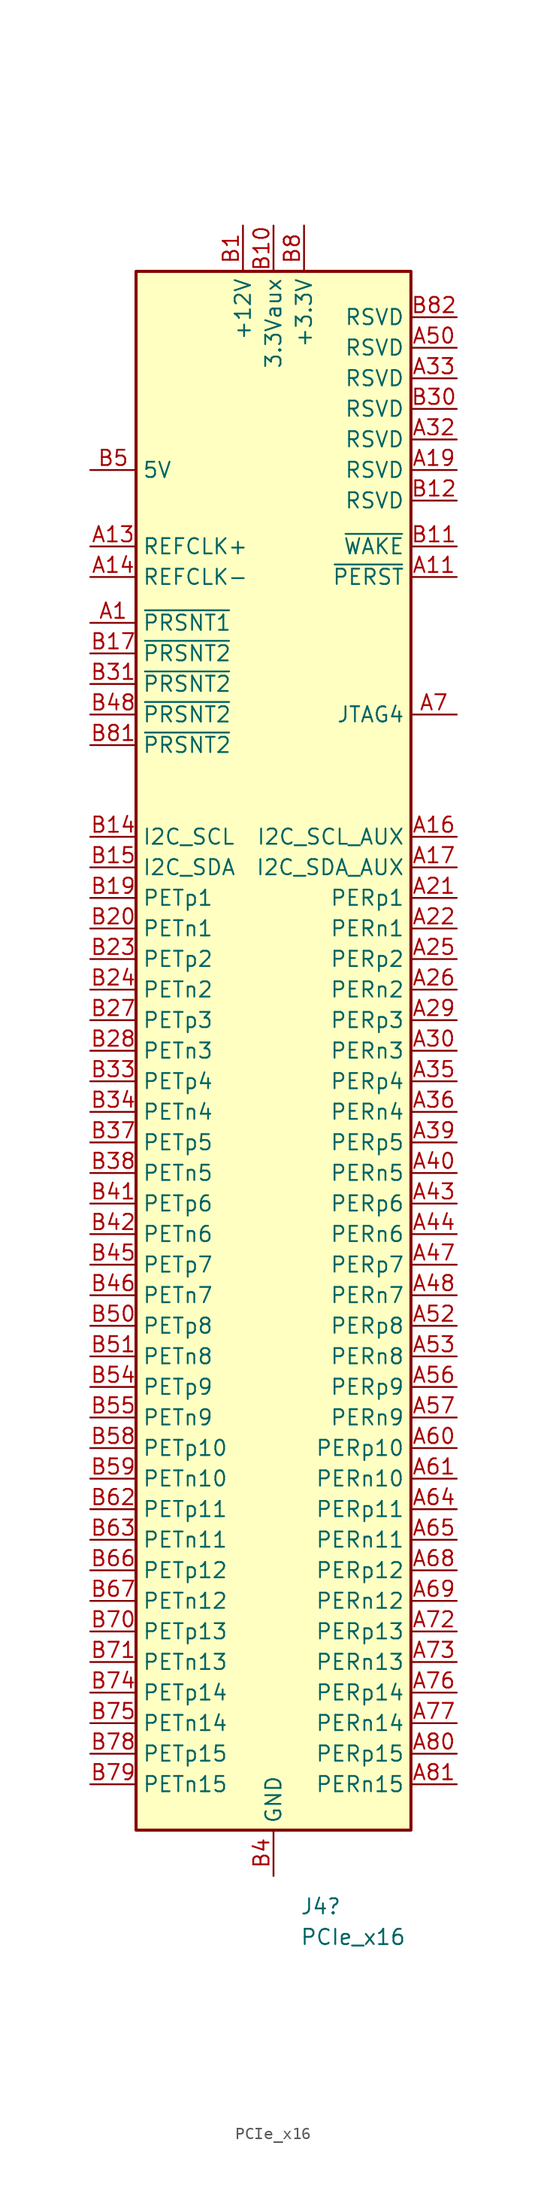
<source format=kicad_sym>
(kicad_symbol_lib
  (version 20220914)
  (generator kicad_symbol_editor)
  (symbol "PCIe_x16"
    (property "Reference" "J4"
      (at 2.194 -67.31 0)
      (effects (font (size 1.27 1.27)) (justify left)))
    (property "Value" "PCIe_x16"
      (at 2.194 -69.85 0)
      (effects (font (size 1.27 1.27)) (justify left)))
    (symbol "PCIe_x16_0_1"
      (rectangle (start -11.43 68.58) (end 11.43 -60.96) (stroke (width 0.254) (type default)) (fill (type background))))
    (symbol "PCIe_x16_1_1"
      (pin passive line (at -15.24 39.37 0) (length 3.81) (name "~{PRSNT1}" (effects (font (size 1.27 1.27)))) (number "A1" (effects (font (size 1.27 1.27)))))
      (pin passive line (at 0 72.39 270) (length 3.81) hide (name "3.3VAux" (effects (font (size 1.27 1.27)))) (number "A10" (effects (font (size 1.27 1.27)))))
      (pin input line (at 15.24 43.18 180) (length 3.81) (name "~{PERST}" (effects (font (size 1.27 1.27)))) (number "A11" (effects (font (size 1.27 1.27)))))
      (pin passive line (at 0 -64.77 90) (length 3.81) hide (name "GND" (effects (font (size 1.27 1.27)))) (number "A12" (effects (font (size 1.27 1.27)))))
      (pin input line (at -15.24 45.72 0) (length 3.81) (name "REFCLK+" (effects (font (size 1.27 1.27)))) (number "A13" (effects (font (size 1.27 1.27)))))
      (pin input line (at -15.24 43.18 0) (length 3.81) (name "REFCLK-" (effects (font (size 1.27 1.27)))) (number "A14" (effects (font (size 1.27 1.27)))))
      (pin passive line (at 0 -64.77 90) (length 3.81) hide (name "GND" (effects (font (size 1.27 1.27)))) (number "A15" (effects (font (size 1.27 1.27)))))
      (pin output line (at 15.24 21.59 180) (length 3.81) (name "I2C_SCL_AUX" (effects (font (size 1.27 1.27)))) (number "A16" (effects (font (size 1.27 1.27)))))
      (pin output line (at 15.24 19.05 180) (length 3.81) (name "I2C_SDA_AUX" (effects (font (size 1.27 1.27)))) (number "A17" (effects (font (size 1.27 1.27)))))
      (pin passive line (at 0 -64.77 90) (length 3.81) hide (name "GND" (effects (font (size 1.27 1.27)))) (number "A18" (effects (font (size 1.27 1.27)))))
      (pin passive line (at 15.24 52.07 180) (length 3.81) (name "RSVD" (effects (font (size 1.27 1.27)))) (number "A19" (effects (font (size 1.27 1.27)))))
      (pin passive line (at -2.54 72.39 270) (length 3.81) hide (name "+12V" (effects (font (size 1.27 1.27)))) (number "A2" (effects (font (size 1.27 1.27)))))
      (pin passive line (at 0 -64.77 90) (length 3.81) hide (name "GND" (effects (font (size 1.27 1.27)))) (number "A20" (effects (font (size 1.27 1.27)))))
      (pin output line (at 15.24 16.51 180) (length 3.81) (name "PERp1" (effects (font (size 1.27 1.27)))) (number "A21" (effects (font (size 1.27 1.27)))))
      (pin output line (at 15.24 13.97 180) (length 3.81) (name "PERn1" (effects (font (size 1.27 1.27)))) (number "A22" (effects (font (size 1.27 1.27)))))
      (pin passive line (at 0 -64.77 90) (length 3.81) hide (name "GND" (effects (font (size 1.27 1.27)))) (number "A23" (effects (font (size 1.27 1.27)))))
      (pin passive line (at 0 -64.77 90) (length 3.81) hide (name "GND" (effects (font (size 1.27 1.27)))) (number "A24" (effects (font (size 1.27 1.27)))))
      (pin output line (at 15.24 11.43 180) (length 3.81) (name "PERp2" (effects (font (size 1.27 1.27)))) (number "A25" (effects (font (size 1.27 1.27)))))
      (pin output line (at 15.24 8.89 180) (length 3.81) (name "PERn2" (effects (font (size 1.27 1.27)))) (number "A26" (effects (font (size 1.27 1.27)))))
      (pin passive line (at 0 -64.77 90) (length 3.81) hide (name "GND" (effects (font (size 1.27 1.27)))) (number "A27" (effects (font (size 1.27 1.27)))))
      (pin passive line (at 0 -64.77 90) (length 3.81) hide (name "GND" (effects (font (size 1.27 1.27)))) (number "A28" (effects (font (size 1.27 1.27)))))
      (pin output line (at 15.24 6.35 180) (length 3.81) (name "PERp3" (effects (font (size 1.27 1.27)))) (number "A29" (effects (font (size 1.27 1.27)))))
      (pin passive line (at -2.54 72.39 270) (length 3.81) hide (name "+12V" (effects (font (size 1.27 1.27)))) (number "A3" (effects (font (size 1.27 1.27)))))
      (pin output line (at 15.24 3.81 180) (length 3.81) (name "PERn3" (effects (font (size 1.27 1.27)))) (number "A30" (effects (font (size 1.27 1.27)))))
      (pin passive line (at 0 -64.77 90) (length 3.81) hide (name "GND" (effects (font (size 1.27 1.27)))) (number "A31" (effects (font (size 1.27 1.27)))))
      (pin passive line (at 15.24 54.61 180) (length 3.81) (name "RSVD" (effects (font (size 1.27 1.27)))) (number "A32" (effects (font (size 1.27 1.27)))))
      (pin passive line (at 15.24 59.69 180) (length 3.81) (name "RSVD" (effects (font (size 1.27 1.27)))) (number "A33" (effects (font (size 1.27 1.27)))))
      (pin passive line (at 0 -64.77 90) (length 3.81) hide (name "GND" (effects (font (size 1.27 1.27)))) (number "A34" (effects (font (size 1.27 1.27)))))
      (pin output line (at 15.24 1.27 180) (length 3.81) (name "PERp4" (effects (font (size 1.27 1.27)))) (number "A35" (effects (font (size 1.27 1.27)))))
      (pin output line (at 15.24 -1.27 180) (length 3.81) (name "PERn4" (effects (font (size 1.27 1.27)))) (number "A36" (effects (font (size 1.27 1.27)))))
      (pin passive line (at 0 -64.77 90) (length 3.81) hide (name "GND" (effects (font (size 1.27 1.27)))) (number "A37" (effects (font (size 1.27 1.27)))))
      (pin passive line (at 0 -64.77 90) (length 3.81) hide (name "GND" (effects (font (size 1.27 1.27)))) (number "A38" (effects (font (size 1.27 1.27)))))
      (pin output line (at 15.24 -3.81 180) (length 3.81) (name "PERp5" (effects (font (size 1.27 1.27)))) (number "A39" (effects (font (size 1.27 1.27)))))
      (pin passive line (at 0 -64.77 90) (length 3.81) hide (name "GND" (effects (font (size 1.27 1.27)))) (number "A4" (effects (font (size 1.27 1.27)))))
      (pin output line (at 15.24 -6.35 180) (length 3.81) (name "PERn5" (effects (font (size 1.27 1.27)))) (number "A40" (effects (font (size 1.27 1.27)))))
      (pin passive line (at 0 -64.77 90) (length 3.81) hide (name "GND" (effects (font (size 1.27 1.27)))) (number "A41" (effects (font (size 1.27 1.27)))))
      (pin passive line (at 0 -64.77 90) (length 3.81) hide (name "GND" (effects (font (size 1.27 1.27)))) (number "A42" (effects (font (size 1.27 1.27)))))
      (pin output line (at 15.24 -8.89 180) (length 3.81) (name "PERp6" (effects (font (size 1.27 1.27)))) (number "A43" (effects (font (size 1.27 1.27)))))
      (pin output line (at 15.24 -11.43 180) (length 3.81) (name "PERn6" (effects (font (size 1.27 1.27)))) (number "A44" (effects (font (size 1.27 1.27)))))
      (pin passive line (at 0 -64.77 90) (length 3.81) hide (name "GND" (effects (font (size 1.27 1.27)))) (number "A45" (effects (font (size 1.27 1.27)))))
      (pin passive line (at 0 -64.77 90) (length 3.81) hide (name "GND" (effects (font (size 1.27 1.27)))) (number "A46" (effects (font (size 1.27 1.27)))))
      (pin output line (at 15.24 -13.97 180) (length 3.81) (name "PERp7" (effects (font (size 1.27 1.27)))) (number "A47" (effects (font (size 1.27 1.27)))))
      (pin output line (at 15.24 -16.51 180) (length 3.81) (name "PERn7" (effects (font (size 1.27 1.27)))) (number "A48" (effects (font (size 1.27 1.27)))))
      (pin passive line (at 0 -64.77 90) (length 3.81) hide (name "GND" (effects (font (size 1.27 1.27)))) (number "A49" (effects (font (size 1.27 1.27)))))
      (pin passive line (at -15.24 52.07 0) (length 3.81) hide (name "5V" (effects (font (size 1.27 1.27)))) (number "A5" (effects (font (size 1.27 1.27)))))
      (pin passive line (at 15.24 62.23 180) (length 3.81) (name "RSVD" (effects (font (size 1.27 1.27)))) (number "A50" (effects (font (size 1.27 1.27)))))
      (pin passive line (at 0 -64.77 90) (length 3.81) hide (name "GND" (effects (font (size 1.27 1.27)))) (number "A51" (effects (font (size 1.27 1.27)))))
      (pin output line (at 15.24 -19.05 180) (length 3.81) (name "PERp8" (effects (font (size 1.27 1.27)))) (number "A52" (effects (font (size 1.27 1.27)))))
      (pin output line (at 15.24 -21.59 180) (length 3.81) (name "PERn8" (effects (font (size 1.27 1.27)))) (number "A53" (effects (font (size 1.27 1.27)))))
      (pin passive line (at 0 -64.77 90) (length 3.81) hide (name "GND" (effects (font (size 1.27 1.27)))) (number "A54" (effects (font (size 1.27 1.27)))))
      (pin passive line (at 0 -64.77 90) (length 3.81) hide (name "GND" (effects (font (size 1.27 1.27)))) (number "A55" (effects (font (size 1.27 1.27)))))
      (pin output line (at 15.24 -24.13 180) (length 3.81) (name "PERp9" (effects (font (size 1.27 1.27)))) (number "A56" (effects (font (size 1.27 1.27)))))
      (pin output line (at 15.24 -26.67 180) (length 3.81) (name "PERn9" (effects (font (size 1.27 1.27)))) (number "A57" (effects (font (size 1.27 1.27)))))
      (pin passive line (at 0 -64.77 90) (length 3.81) hide (name "GND" (effects (font (size 1.27 1.27)))) (number "A58" (effects (font (size 1.27 1.27)))))
      (pin passive line (at 0 -64.77 90) (length 3.81) hide (name "GND" (effects (font (size 1.27 1.27)))) (number "A59" (effects (font (size 1.27 1.27)))))
      (pin passive line (at -15.24 52.07 0) (length 3.81) hide (name "5V" (effects (font (size 1.27 1.27)))) (number "A6" (effects (font (size 1.27 1.27)))))
      (pin output line (at 15.24 -29.21 180) (length 3.81) (name "PERp10" (effects (font (size 1.27 1.27)))) (number "A60" (effects (font (size 1.27 1.27)))))
      (pin output line (at 15.24 -31.75 180) (length 3.81) (name "PERn10" (effects (font (size 1.27 1.27)))) (number "A61" (effects (font (size 1.27 1.27)))))
      (pin passive line (at 0 -64.77 90) (length 3.81) hide (name "GND" (effects (font (size 1.27 1.27)))) (number "A62" (effects (font (size 1.27 1.27)))))
      (pin passive line (at 0 -64.77 90) (length 3.81) hide (name "GND" (effects (font (size 1.27 1.27)))) (number "A63" (effects (font (size 1.27 1.27)))))
      (pin output line (at 15.24 -34.29 180) (length 3.81) (name "PERp11" (effects (font (size 1.27 1.27)))) (number "A64" (effects (font (size 1.27 1.27)))))
      (pin output line (at 15.24 -36.83 180) (length 3.81) (name "PERn11" (effects (font (size 1.27 1.27)))) (number "A65" (effects (font (size 1.27 1.27)))))
      (pin passive line (at 0 -64.77 90) (length 3.81) hide (name "GND" (effects (font (size 1.27 1.27)))) (number "A66" (effects (font (size 1.27 1.27)))))
      (pin passive line (at 0 -64.77 90) (length 3.81) hide (name "GND" (effects (font (size 1.27 1.27)))) (number "A67" (effects (font (size 1.27 1.27)))))
      (pin output line (at 15.24 -39.37 180) (length 3.81) (name "PERp12" (effects (font (size 1.27 1.27)))) (number "A68" (effects (font (size 1.27 1.27)))))
      (pin output line (at 15.24 -41.91 180) (length 3.81) (name "PERn12" (effects (font (size 1.27 1.27)))) (number "A69" (effects (font (size 1.27 1.27)))))
      (pin output line (at 15.24 31.75 180) (length 3.81) (name "JTAG4" (effects (font (size 1.27 1.27)))) (number "A7" (effects (font (size 1.27 1.27)))))
      (pin passive line (at 0 -64.77 90) (length 3.81) hide (name "GND" (effects (font (size 1.27 1.27)))) (number "A70" (effects (font (size 1.27 1.27)))))
      (pin passive line (at 0 -64.77 90) (length 3.81) hide (name "GND" (effects (font (size 1.27 1.27)))) (number "A71" (effects (font (size 1.27 1.27)))))
      (pin output line (at 15.24 -44.45 180) (length 3.81) (name "PERp13" (effects (font (size 1.27 1.27)))) (number "A72" (effects (font (size 1.27 1.27)))))
      (pin output line (at 15.24 -46.99 180) (length 3.81) (name "PERn13" (effects (font (size 1.27 1.27)))) (number "A73" (effects (font (size 1.27 1.27)))))
      (pin passive line (at 0 -64.77 90) (length 3.81) hide (name "GND" (effects (font (size 1.27 1.27)))) (number "A74" (effects (font (size 1.27 1.27)))))
      (pin passive line (at 0 -64.77 90) (length 3.81) hide (name "GND" (effects (font (size 1.27 1.27)))) (number "A75" (effects (font (size 1.27 1.27)))))
      (pin output line (at 15.24 -49.53 180) (length 3.81) (name "PERp14" (effects (font (size 1.27 1.27)))) (number "A76" (effects (font (size 1.27 1.27)))))
      (pin output line (at 15.24 -52.07 180) (length 3.81) (name "PERn14" (effects (font (size 1.27 1.27)))) (number "A77" (effects (font (size 1.27 1.27)))))
      (pin passive line (at 0 -64.77 90) (length 3.81) hide (name "GND" (effects (font (size 1.27 1.27)))) (number "A78" (effects (font (size 1.27 1.27)))))
      (pin passive line (at 0 -64.77 90) (length 3.81) hide (name "GND" (effects (font (size 1.27 1.27)))) (number "A79" (effects (font (size 1.27 1.27)))))
      (pin passive line (at 2.54 72.39 270) (length 3.81) hide (name "3.3V" (effects (font (size 1.27 1.27)))) (number "A8" (effects (font (size 1.27 1.27)))))
      (pin output line (at 15.24 -54.61 180) (length 3.81) (name "PERp15" (effects (font (size 1.27 1.27)))) (number "A80" (effects (font (size 1.27 1.27)))))
      (pin output line (at 15.24 -57.15 180) (length 3.81) (name "PERn15" (effects (font (size 1.27 1.27)))) (number "A81" (effects (font (size 1.27 1.27)))))
      (pin passive line (at 0 -64.77 90) (length 3.81) hide (name "GND" (effects (font (size 1.27 1.27)))) (number "A82" (effects (font (size 1.27 1.27)))))
      (pin passive line (at 2.54 72.39 270) (length 3.81) hide (name "+3.3V" (effects (font (size 1.27 1.27)))) (number "A9" (effects (font (size 1.27 1.27)))))
      (pin power_in line (at -2.54 72.39 270) (length 3.81) (name "+12V" (effects (font (size 1.27 1.27)))) (number "B1" (effects (font (size 1.27 1.27)))))
      (pin power_in line (at 0 72.39 270) (length 3.81) (name "3.3Vaux" (effects (font (size 1.27 1.27)))) (number "B10" (effects (font (size 1.27 1.27)))))
      (pin open_collector line (at 15.24 45.72 180) (length 3.81) (name "~{WAKE}" (effects (font (size 1.27 1.27)))) (number "B11" (effects (font (size 1.27 1.27)))))
      (pin passive line (at 15.24 49.53 180) (length 3.81) (name "RSVD" (effects (font (size 1.27 1.27)))) (number "B12" (effects (font (size 1.27 1.27)))))
      (pin passive line (at 0 -64.77 90) (length 3.81) hide (name "GND" (effects (font (size 1.27 1.27)))) (number "B13" (effects (font (size 1.27 1.27)))))
      (pin input line (at -15.24 21.59 0) (length 3.81) (name "I2C_SCL" (effects (font (size 1.27 1.27)))) (number "B14" (effects (font (size 1.27 1.27)))))
      (pin input line (at -15.24 19.05 0) (length 3.81) (name "I2C_SDA" (effects (font (size 1.27 1.27)))) (number "B15" (effects (font (size 1.27 1.27)))))
      (pin passive line (at 0 -64.77 90) (length 3.81) hide (name "GND" (effects (font (size 1.27 1.27)))) (number "B16" (effects (font (size 1.27 1.27)))))
      (pin passive line (at -15.24 36.83 0) (length 3.81) (name "~{PRSNT2}" (effects (font (size 1.27 1.27)))) (number "B17" (effects (font (size 1.27 1.27)))))
      (pin passive line (at 0 -64.77 90) (length 3.81) hide (name "GND" (effects (font (size 1.27 1.27)))) (number "B18" (effects (font (size 1.27 1.27)))))
      (pin input line (at -15.24 16.51 0) (length 3.81) (name "PETp1" (effects (font (size 1.27 1.27)))) (number "B19" (effects (font (size 1.27 1.27)))))
      (pin passive line (at -2.54 72.39 270) (length 3.81) hide (name "+12V" (effects (font (size 1.27 1.27)))) (number "B2" (effects (font (size 1.27 1.27)))))
      (pin input line (at -15.24 13.97 0) (length 3.81) (name "PETn1" (effects (font (size 1.27 1.27)))) (number "B20" (effects (font (size 1.27 1.27)))))
      (pin passive line (at 0 -64.77 90) (length 3.81) hide (name "GND" (effects (font (size 1.27 1.27)))) (number "B21" (effects (font (size 1.27 1.27)))))
      (pin passive line (at 0 -64.77 90) (length 3.81) hide (name "GND" (effects (font (size 1.27 1.27)))) (number "B22" (effects (font (size 1.27 1.27)))))
      (pin input line (at -15.24 11.43 0) (length 3.81) (name "PETp2" (effects (font (size 1.27 1.27)))) (number "B23" (effects (font (size 1.27 1.27)))))
      (pin input line (at -15.24 8.89 0) (length 3.81) (name "PETn2" (effects (font (size 1.27 1.27)))) (number "B24" (effects (font (size 1.27 1.27)))))
      (pin passive line (at 0 -64.77 90) (length 3.81) hide (name "GND" (effects (font (size 1.27 1.27)))) (number "B25" (effects (font (size 1.27 1.27)))))
      (pin passive line (at 0 -64.77 90) (length 3.81) hide (name "GND" (effects (font (size 1.27 1.27)))) (number "B26" (effects (font (size 1.27 1.27)))))
      (pin input line (at -15.24 6.35 0) (length 3.81) (name "PETp3" (effects (font (size 1.27 1.27)))) (number "B27" (effects (font (size 1.27 1.27)))))
      (pin input line (at -15.24 3.81 0) (length 3.81) (name "PETn3" (effects (font (size 1.27 1.27)))) (number "B28" (effects (font (size 1.27 1.27)))))
      (pin passive line (at 0 -64.77 90) (length 3.81) hide (name "GND" (effects (font (size 1.27 1.27)))) (number "B29" (effects (font (size 1.27 1.27)))))
      (pin passive line (at -2.54 72.39 270) (length 3.81) hide (name "+12V" (effects (font (size 1.27 1.27)))) (number "B3" (effects (font (size 1.27 1.27)))))
      (pin passive line (at 15.24 57.15 180) (length 3.81) (name "RSVD" (effects (font (size 1.27 1.27)))) (number "B30" (effects (font (size 1.27 1.27)))))
      (pin passive line (at -15.24 34.29 0) (length 3.81) (name "~{PRSNT2}" (effects (font (size 1.27 1.27)))) (number "B31" (effects (font (size 1.27 1.27)))))
      (pin passive line (at 0 -64.77 90) (length 3.81) hide (name "GND" (effects (font (size 1.27 1.27)))) (number "B32" (effects (font (size 1.27 1.27)))))
      (pin input line (at -15.24 1.27 0) (length 3.81) (name "PETp4" (effects (font (size 1.27 1.27)))) (number "B33" (effects (font (size 1.27 1.27)))))
      (pin input line (at -15.24 -1.27 0) (length 3.81) (name "PETn4" (effects (font (size 1.27 1.27)))) (number "B34" (effects (font (size 1.27 1.27)))))
      (pin passive line (at 0 -64.77 90) (length 3.81) hide (name "GND" (effects (font (size 1.27 1.27)))) (number "B35" (effects (font (size 1.27 1.27)))))
      (pin passive line (at 0 -64.77 90) (length 3.81) hide (name "GND" (effects (font (size 1.27 1.27)))) (number "B36" (effects (font (size 1.27 1.27)))))
      (pin input line (at -15.24 -3.81 0) (length 3.81) (name "PETp5" (effects (font (size 1.27 1.27)))) (number "B37" (effects (font (size 1.27 1.27)))))
      (pin input line (at -15.24 -6.35 0) (length 3.81) (name "PETn5" (effects (font (size 1.27 1.27)))) (number "B38" (effects (font (size 1.27 1.27)))))
      (pin passive line (at 0 -64.77 90) (length 3.81) hide (name "GND" (effects (font (size 1.27 1.27)))) (number "B39" (effects (font (size 1.27 1.27)))))
      (pin power_in line (at 0 -64.77 90) (length 3.81) (name "GND" (effects (font (size 1.27 1.27)))) (number "B4" (effects (font (size 1.27 1.27)))))
      (pin passive line (at 0 -64.77 90) (length 3.81) hide (name "GND" (effects (font (size 1.27 1.27)))) (number "B40" (effects (font (size 1.27 1.27)))))
      (pin input line (at -15.24 -8.89 0) (length 3.81) (name "PETp6" (effects (font (size 1.27 1.27)))) (number "B41" (effects (font (size 1.27 1.27)))))
      (pin input line (at -15.24 -11.43 0) (length 3.81) (name "PETn6" (effects (font (size 1.27 1.27)))) (number "B42" (effects (font (size 1.27 1.27)))))
      (pin passive line (at 0 -64.77 90) (length 3.81) hide (name "GND" (effects (font (size 1.27 1.27)))) (number "B43" (effects (font (size 1.27 1.27)))))
      (pin passive line (at 0 -64.77 90) (length 3.81) hide (name "GND" (effects (font (size 1.27 1.27)))) (number "B44" (effects (font (size 1.27 1.27)))))
      (pin input line (at -15.24 -13.97 0) (length 3.81) (name "PETp7" (effects (font (size 1.27 1.27)))) (number "B45" (effects (font (size 1.27 1.27)))))
      (pin input line (at -15.24 -16.51 0) (length 3.81) (name "PETn7" (effects (font (size 1.27 1.27)))) (number "B46" (effects (font (size 1.27 1.27)))))
      (pin passive line (at 0 -64.77 90) (length 3.81) hide (name "GND" (effects (font (size 1.27 1.27)))) (number "B47" (effects (font (size 1.27 1.27)))))
      (pin passive line (at -15.24 31.75 0) (length 3.81) (name "~{PRSNT2}" (effects (font (size 1.27 1.27)))) (number "B48" (effects (font (size 1.27 1.27)))))
      (pin passive line (at 0 -64.77 90) (length 3.81) hide (name "GND" (effects (font (size 1.27 1.27)))) (number "B49" (effects (font (size 1.27 1.27)))))
      (pin power_in line (at -15.24 52.07 0) (length 3.81) (name "5V" (effects (font (size 1.27 1.27)))) (number "B5" (effects (font (size 1.27 1.27)))))
      (pin input line (at -15.24 -19.05 0) (length 3.81) (name "PETp8" (effects (font (size 1.27 1.27)))) (number "B50" (effects (font (size 1.27 1.27)))))
      (pin input line (at -15.24 -21.59 0) (length 3.81) (name "PETn8" (effects (font (size 1.27 1.27)))) (number "B51" (effects (font (size 1.27 1.27)))))
      (pin passive line (at 0 -64.77 90) (length 3.81) hide (name "GND" (effects (font (size 1.27 1.27)))) (number "B52" (effects (font (size 1.27 1.27)))))
      (pin passive line (at 0 -64.77 90) (length 3.81) hide (name "GND" (effects (font (size 1.27 1.27)))) (number "B53" (effects (font (size 1.27 1.27)))))
      (pin input line (at -15.24 -24.13 0) (length 3.81) (name "PETp9" (effects (font (size 1.27 1.27)))) (number "B54" (effects (font (size 1.27 1.27)))))
      (pin input line (at -15.24 -26.67 0) (length 3.81) (name "PETn9" (effects (font (size 1.27 1.27)))) (number "B55" (effects (font (size 1.27 1.27)))))
      (pin passive line (at 0 -64.77 90) (length 3.81) hide (name "GND" (effects (font (size 1.27 1.27)))) (number "B56" (effects (font (size 1.27 1.27)))))
      (pin passive line (at 0 -64.77 90) (length 3.81) hide (name "GND" (effects (font (size 1.27 1.27)))) (number "B57" (effects (font (size 1.27 1.27)))))
      (pin input line (at -15.24 -29.21 0) (length 3.81) (name "PETp10" (effects (font (size 1.27 1.27)))) (number "B58" (effects (font (size 1.27 1.27)))))
      (pin input line (at -15.24 -31.75 0) (length 3.81) (name "PETn10" (effects (font (size 1.27 1.27)))) (number "B59" (effects (font (size 1.27 1.27)))))
      (pin passive line (at -15.24 52.07 0) (length 3.81) hide (name "5V" (effects (font (size 1.27 1.27)))) (number "B6" (effects (font (size 1.27 1.27)))))
      (pin passive line (at 0 -64.77 90) (length 3.81) hide (name "GND" (effects (font (size 1.27 1.27)))) (number "B60" (effects (font (size 1.27 1.27)))))
      (pin passive line (at 0 -64.77 90) (length 3.81) hide (name "GND" (effects (font (size 1.27 1.27)))) (number "B61" (effects (font (size 1.27 1.27)))))
      (pin input line (at -15.24 -34.29 0) (length 3.81) (name "PETp11" (effects (font (size 1.27 1.27)))) (number "B62" (effects (font (size 1.27 1.27)))))
      (pin input line (at -15.24 -36.83 0) (length 3.81) (name "PETn11" (effects (font (size 1.27 1.27)))) (number "B63" (effects (font (size 1.27 1.27)))))
      (pin passive line (at 0 -64.77 90) (length 3.81) hide (name "GND" (effects (font (size 1.27 1.27)))) (number "B64" (effects (font (size 1.27 1.27)))))
      (pin passive line (at 0 -64.77 90) (length 3.81) hide (name "GND" (effects (font (size 1.27 1.27)))) (number "B65" (effects (font (size 1.27 1.27)))))
      (pin input line (at -15.24 -39.37 0) (length 3.81) (name "PETp12" (effects (font (size 1.27 1.27)))) (number "B66" (effects (font (size 1.27 1.27)))))
      (pin input line (at -15.24 -41.91 0) (length 3.81) (name "PETn12" (effects (font (size 1.27 1.27)))) (number "B67" (effects (font (size 1.27 1.27)))))
      (pin passive line (at 0 -64.77 90) (length 3.81) hide (name "GND" (effects (font (size 1.27 1.27)))) (number "B68" (effects (font (size 1.27 1.27)))))
      (pin passive line (at 0 -64.77 90) (length 3.81) hide (name "GND" (effects (font (size 1.27 1.27)))) (number "B69" (effects (font (size 1.27 1.27)))))
      (pin passive line (at 0 -64.77 90) (length 3.81) hide (name "GND" (effects (font (size 1.27 1.27)))) (number "B7" (effects (font (size 1.27 1.27)))))
      (pin input line (at -15.24 -44.45 0) (length 3.81) (name "PETp13" (effects (font (size 1.27 1.27)))) (number "B70" (effects (font (size 1.27 1.27)))))
      (pin input line (at -15.24 -46.99 0) (length 3.81) (name "PETn13" (effects (font (size 1.27 1.27)))) (number "B71" (effects (font (size 1.27 1.27)))))
      (pin passive line (at 0 -64.77 90) (length 3.81) hide (name "GND" (effects (font (size 1.27 1.27)))) (number "B72" (effects (font (size 1.27 1.27)))))
      (pin passive line (at 0 -64.77 90) (length 3.81) hide (name "GND" (effects (font (size 1.27 1.27)))) (number "B73" (effects (font (size 1.27 1.27)))))
      (pin input line (at -15.24 -49.53 0) (length 3.81) (name "PETp14" (effects (font (size 1.27 1.27)))) (number "B74" (effects (font (size 1.27 1.27)))))
      (pin input line (at -15.24 -52.07 0) (length 3.81) (name "PETn14" (effects (font (size 1.27 1.27)))) (number "B75" (effects (font (size 1.27 1.27)))))
      (pin passive line (at 0 -64.77 90) (length 3.81) hide (name "GND" (effects (font (size 1.27 1.27)))) (number "B76" (effects (font (size 1.27 1.27)))))
      (pin passive line (at 0 -64.77 90) (length 3.81) hide (name "GND" (effects (font (size 1.27 1.27)))) (number "B77" (effects (font (size 1.27 1.27)))))
      (pin input line (at -15.24 -54.61 0) (length 3.81) (name "PETp15" (effects (font (size 1.27 1.27)))) (number "B78" (effects (font (size 1.27 1.27)))))
      (pin input line (at -15.24 -57.15 0) (length 3.81) (name "PETn15" (effects (font (size 1.27 1.27)))) (number "B79" (effects (font (size 1.27 1.27)))))
      (pin power_in line (at 2.54 72.39 270) (length 3.81) (name "+3.3V" (effects (font (size 1.27 1.27)))) (number "B8" (effects (font (size 1.27 1.27)))))
      (pin passive line (at 0 -64.77 90) (length 3.81) hide (name "GND" (effects (font (size 1.27 1.27)))) (number "B80" (effects (font (size 1.27 1.27)))))
      (pin passive line (at -15.24 29.21 0) (length 3.81) (name "~{PRSNT2}" (effects (font (size 1.27 1.27)))) (number "B81" (effects (font (size 1.27 1.27)))))
      (pin passive line (at 15.24 64.77 180) (length 3.81) (name "RSVD" (effects (font (size 1.27 1.27)))) (number "B82" (effects (font (size 1.27 1.27)))))
      (pin passive line (at 2.54 72.39 270) (length 3.81) hide (name "3.3V" (effects (font (size 1.27 1.27)))) (number "B9" (effects (font (size 1.27 1.27))))))))
</source>
